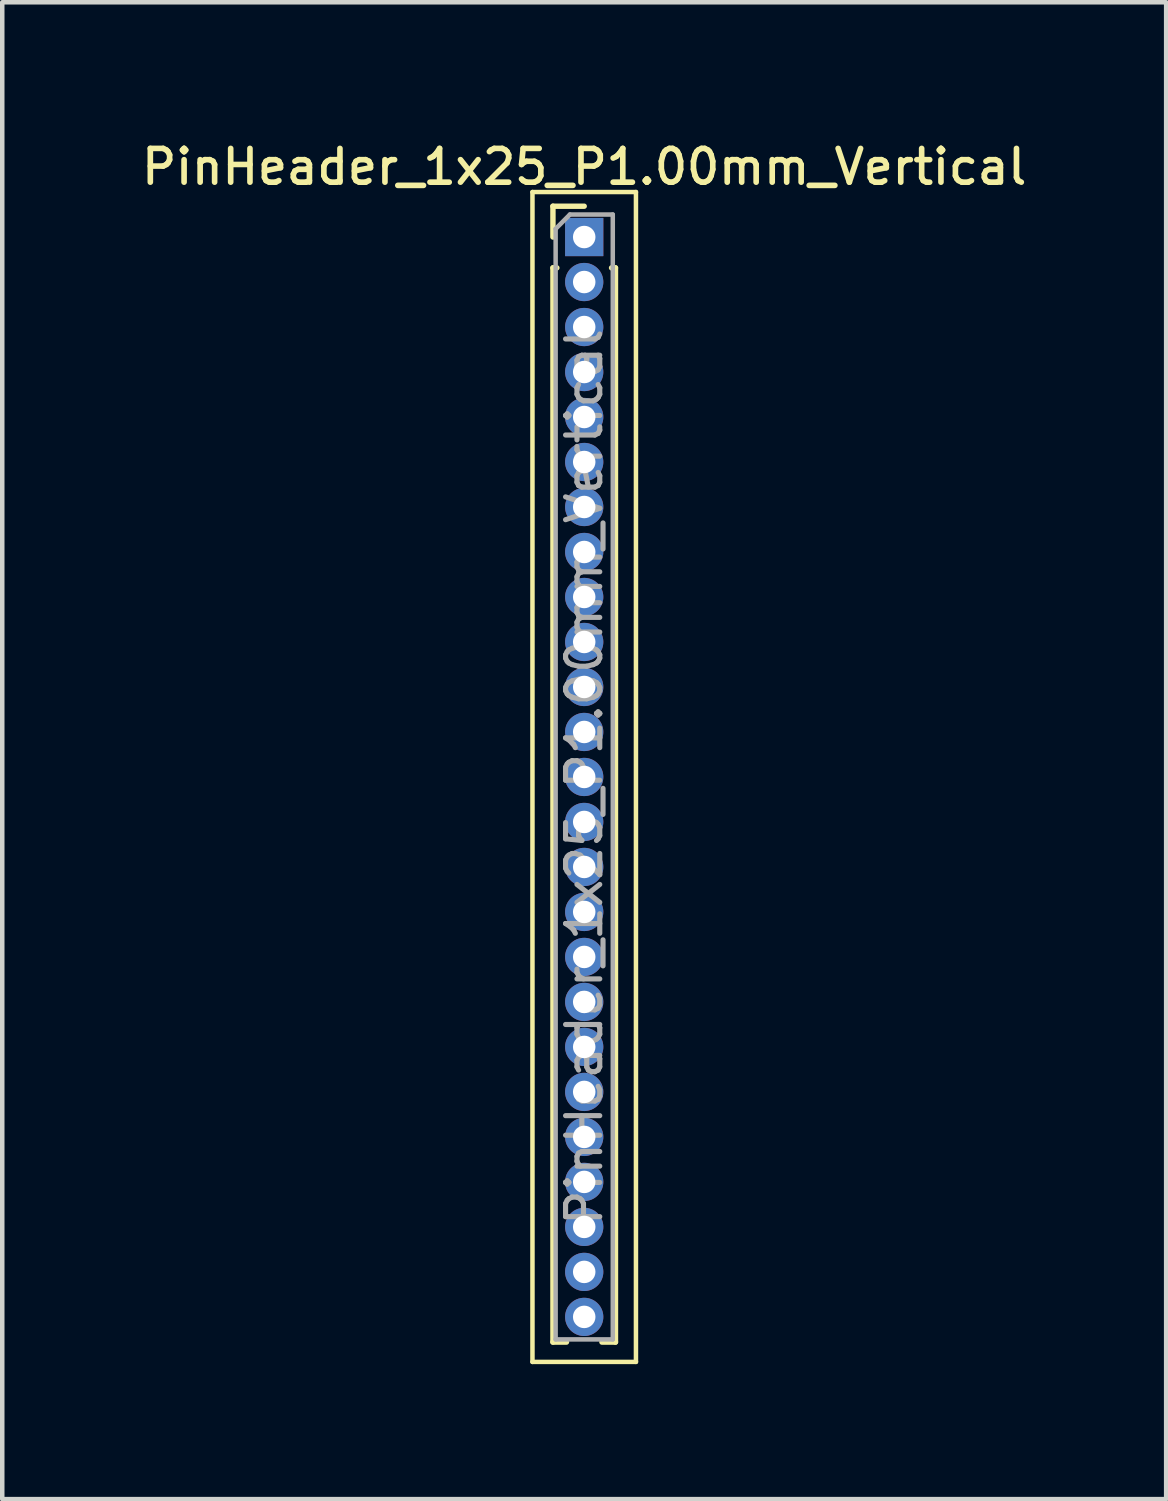
<source format=kicad_pcb>
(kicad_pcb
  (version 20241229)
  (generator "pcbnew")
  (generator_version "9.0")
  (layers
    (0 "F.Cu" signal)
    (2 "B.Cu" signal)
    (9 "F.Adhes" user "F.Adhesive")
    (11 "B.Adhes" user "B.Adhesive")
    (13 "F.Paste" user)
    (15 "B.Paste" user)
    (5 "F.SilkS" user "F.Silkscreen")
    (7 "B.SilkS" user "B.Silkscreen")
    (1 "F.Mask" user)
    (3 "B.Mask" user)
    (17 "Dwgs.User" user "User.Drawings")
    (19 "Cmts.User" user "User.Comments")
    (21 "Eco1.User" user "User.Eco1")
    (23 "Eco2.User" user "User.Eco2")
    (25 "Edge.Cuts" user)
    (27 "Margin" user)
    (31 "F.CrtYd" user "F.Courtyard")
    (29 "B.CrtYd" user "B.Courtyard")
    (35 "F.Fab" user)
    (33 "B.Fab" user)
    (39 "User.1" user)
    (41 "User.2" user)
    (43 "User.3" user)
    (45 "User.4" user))
  (footprint "PinHeader_1x25_P1.00mm_Vertical"
    (layer "F.Cu")
    (at 9.934 2.218)
    (property "Reference" "PinHeader_1x25_P1.00mm_Vertical" (at 0 -1.56 0) (layer "F.SilkS") (effects (font (size 0.75 0.75) (thickness 0.125))))
    (attr through_hole)
    (fp_line (start -1.15 -1) (end -1.15 25) (stroke (width 0.1) (type solid)) (layer "F.SilkS"))
    (fp_line (start -1.15 25) (end 1.15 25) (stroke (width 0.1) (type solid)) (layer "F.SilkS"))
    (fp_line (start -0.695 -0.685) (end 0 -0.685) (stroke (width 0.12) (type solid)) (layer "F.SilkS"))
    (fp_line (start -0.695 0) (end -0.695 -0.685) (stroke (width 0.12) (type solid)) (layer "F.SilkS"))
    (fp_line (start -0.695 0.685) (end -0.695 24.56) (stroke (width 0.12) (type solid)) (layer "F.SilkS"))
    (fp_line (start -0.695 0.685) (end -0.608 0.685) (stroke (width 0.12) (type solid)) (layer "F.SilkS"))
    (fp_line (start -0.695 24.56) (end -0.394 24.56) (stroke (width 0.12) (type solid)) (layer "F.SilkS"))
    (fp_line (start 0.394 24.56) (end 0.695 24.56) (stroke (width 0.12) (type solid)) (layer "F.SilkS"))
    (fp_line (start 0.608 0.685) (end 0.695 0.685) (stroke (width 0.12) (type solid)) (layer "F.SilkS"))
    (fp_line (start 0.695 0.685) (end 0.695 24.56) (stroke (width 0.12) (type solid)) (layer "F.SilkS"))
    (fp_line (start 1.15 -1) (end -1.15 -1) (stroke (width 0.1) (type solid)) (layer "F.SilkS"))
    (fp_line (start 1.15 25) (end 1.15 -1) (stroke (width 0.1) (type solid)) (layer "F.SilkS"))
    (fp_line (start -0.635 -0.182) (end -0.318 -0.5) (stroke (width 0.1) (type solid)) (layer "F.Fab"))
    (fp_line (start -0.635 24.5) (end -0.635 -0.182) (stroke (width 0.1) (type solid)) (layer "F.Fab"))
    (fp_line (start -0.318 -0.5) (end 0.635 -0.5) (stroke (width 0.1) (type solid)) (layer "F.Fab"))
    (fp_line (start 0.635 -0.5) (end 0.635 24.5) (stroke (width 0.1) (type solid)) (layer "F.Fab"))
    (fp_line (start 0.635 24.5) (end -0.635 24.5) (stroke (width 0.1) (type solid)) (layer "F.Fab"))
    (fp_text user "${REFERENCE}" (at 0 12 90) (layer "F.Fab") (effects (font (size 0.76 0.76) (thickness 0.114))))
    (pad "1" thru_hole rect (at 0 0) (size 0.85 0.85) (drill 0.5) (layers "*.Cu" "*.Mask"))
    (pad "2" thru_hole oval (at 0 1) (size 0.85 0.85) (drill 0.5) (layers "*.Cu" "*.Mask"))
    (pad "3" thru_hole oval (at 0 2) (size 0.85 0.85) (drill 0.5) (layers "*.Cu" "*.Mask"))
    (pad "4" thru_hole oval (at 0 3) (size 0.85 0.85) (drill 0.5) (layers "*.Cu" "*.Mask"))
    (pad "5" thru_hole oval (at 0 4) (size 0.85 0.85) (drill 0.5) (layers "*.Cu" "*.Mask"))
    (pad "6" thru_hole oval (at 0 5) (size 0.85 0.85) (drill 0.5) (layers "*.Cu" "*.Mask"))
    (pad "7" thru_hole oval (at 0 6) (size 0.85 0.85) (drill 0.5) (layers "*.Cu" "*.Mask"))
    (pad "8" thru_hole oval (at 0 7) (size 0.85 0.85) (drill 0.5) (layers "*.Cu" "*.Mask"))
    (pad "9" thru_hole oval (at 0 8) (size 0.85 0.85) (drill 0.5) (layers "*.Cu" "*.Mask"))
    (pad "10" thru_hole oval (at 0 9) (size 0.85 0.85) (drill 0.5) (layers "*.Cu" "*.Mask"))
    (pad "11" thru_hole oval (at 0 10) (size 0.85 0.85) (drill 0.5) (layers "*.Cu" "*.Mask"))
    (pad "12" thru_hole oval (at 0 11) (size 0.85 0.85) (drill 0.5) (layers "*.Cu" "*.Mask"))
    (pad "13" thru_hole oval (at 0 12) (size 0.85 0.85) (drill 0.5) (layers "*.Cu" "*.Mask"))
    (pad "14" thru_hole oval (at 0 13) (size 0.85 0.85) (drill 0.5) (layers "*.Cu" "*.Mask"))
    (pad "15" thru_hole oval (at 0 14) (size 0.85 0.85) (drill 0.5) (layers "*.Cu" "*.Mask"))
    (pad "16" thru_hole oval (at 0 15) (size 0.85 0.85) (drill 0.5) (layers "*.Cu" "*.Mask"))
    (pad "17" thru_hole oval (at 0 16) (size 0.85 0.85) (drill 0.5) (layers "*.Cu" "*.Mask"))
    (pad "18" thru_hole oval (at 0 17) (size 0.85 0.85) (drill 0.5) (layers "*.Cu" "*.Mask"))
    (pad "19" thru_hole oval (at 0 18) (size 0.85 0.85) (drill 0.5) (layers "*.Cu" "*.Mask"))
    (pad "20" thru_hole oval (at 0 19) (size 0.85 0.85) (drill 0.5) (layers "*.Cu" "*.Mask"))
    (pad "21" thru_hole oval (at 0 20) (size 0.85 0.85) (drill 0.5) (layers "*.Cu" "*.Mask"))
    (pad "22" thru_hole oval (at 0 21) (size 0.85 0.85) (drill 0.5) (layers "*.Cu" "*.Mask"))
    (pad "23" thru_hole oval (at 0 22) (size 0.85 0.85) (drill 0.5) (layers "*.Cu" "*.Mask"))
    (pad "24" thru_hole oval (at 0 23) (size 0.85 0.85) (drill 0.5) (layers "*.Cu" "*.Mask"))
    (pad "25" thru_hole oval (at 0 24) (size 0.85 0.85) (drill 0.5) (layers "*.Cu" "*.Mask")))
  (gr_rect
    (start -3 -3)
    (end 22.868 30.268)
    (stroke (width 0.1) (type default))
    (fill no)
    (layer "Edge.Cuts")))
</source>
